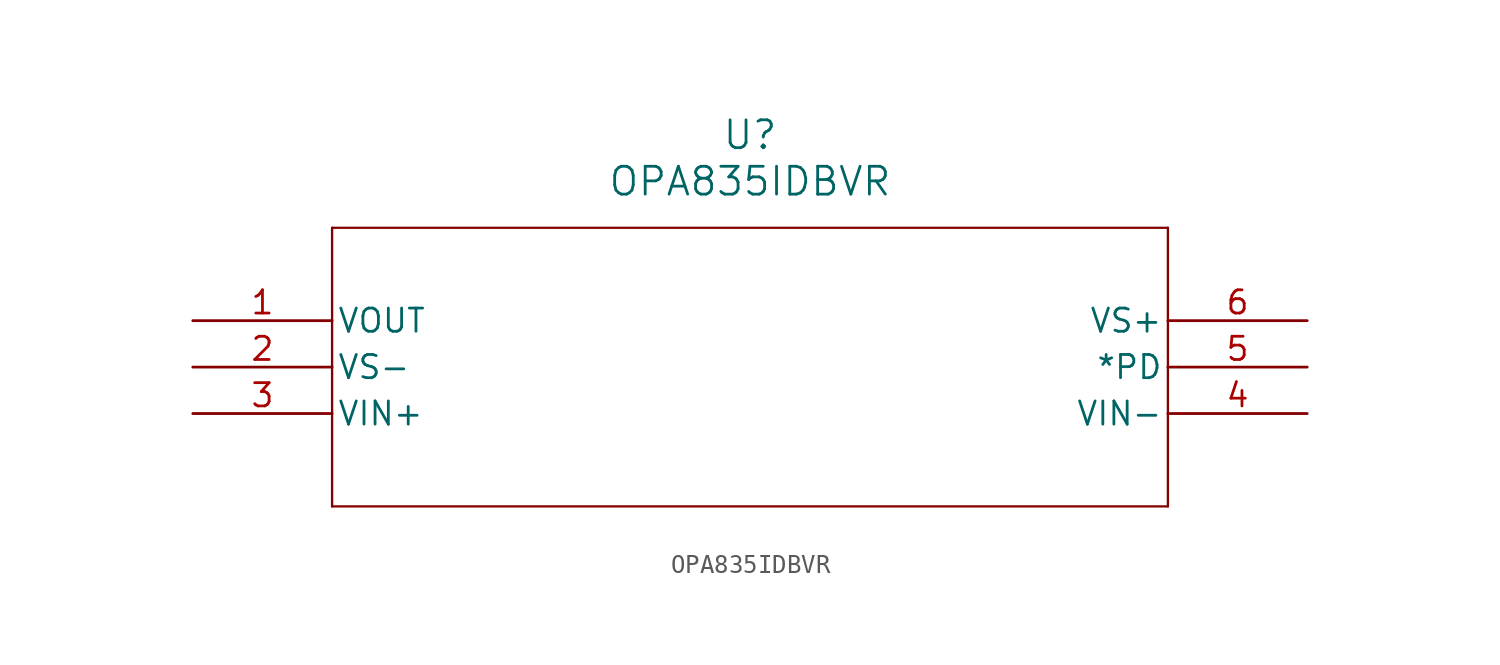
<source format=kicad_sym>
(kicad_symbol_lib
  (version 20211014)
  (generator kicad_symbol_editor)
  (symbol "OPA835IDBVR"
    (pin_names
      (offset 0.254))
    (property "Reference" "U"
      (at 30.48 10.16 0)
      (effects (font (size 1.524 1.524))))
    (property "Value" "OPA835IDBVR"
      (at 30.48 7.62 0)
      (effects (font (size 1.524 1.524))))
    (symbol "OPA835IDBVR_0_1"
      (polyline (pts (xy 7.62 5.08) (xy 7.62 -10.16)) (stroke (width 0.127) (type default) (color 0 0 0 0)) (fill (type none)))
      (polyline (pts (xy 7.62 -10.16) (xy 53.34 -10.16)) (stroke (width 0.127) (type default) (color 0 0 0 0)) (fill (type none)))
      (polyline (pts (xy 53.34 -10.16) (xy 53.34 5.08)) (stroke (width 0.127) (type default) (color 0 0 0 0)) (fill (type none)))
      (polyline (pts (xy 53.34 5.08) (xy 7.62 5.08)) (stroke (width 0.127) (type default) (color 0 0 0 0)) (fill (type none)))
      (pin output line (at 0 0 0) (length 7.62) (name "VOUT" (effects (font (size 1.27 1.27)))) (number "1" (effects (font (size 1.27 1.27)))))
      (pin power_in line (at 0 -2.54 0) (length 7.62) (name "VS-" (effects (font (size 1.27 1.27)))) (number "2" (effects (font (size 1.27 1.27)))))
      (pin input line (at 0 -5.08 0) (length 7.62) (name "VIN+" (effects (font (size 1.27 1.27)))) (number "3" (effects (font (size 1.27 1.27)))))
      (pin input line (at 60.96 -5.08 180) (length 7.62) (name "VIN-" (effects (font (size 1.27 1.27)))) (number "4" (effects (font (size 1.27 1.27)))))
      (pin unspecified line (at 60.96 -2.54 180) (length 7.62) (name "*PD" (effects (font (size 1.27 1.27)))) (number "5" (effects (font (size 1.27 1.27)))))
      (pin power_in line (at 60.96 0 180) (length 7.62) (name "VS+" (effects (font (size 1.27 1.27)))) (number "6" (effects (font (size 1.27 1.27))))))))
</source>
